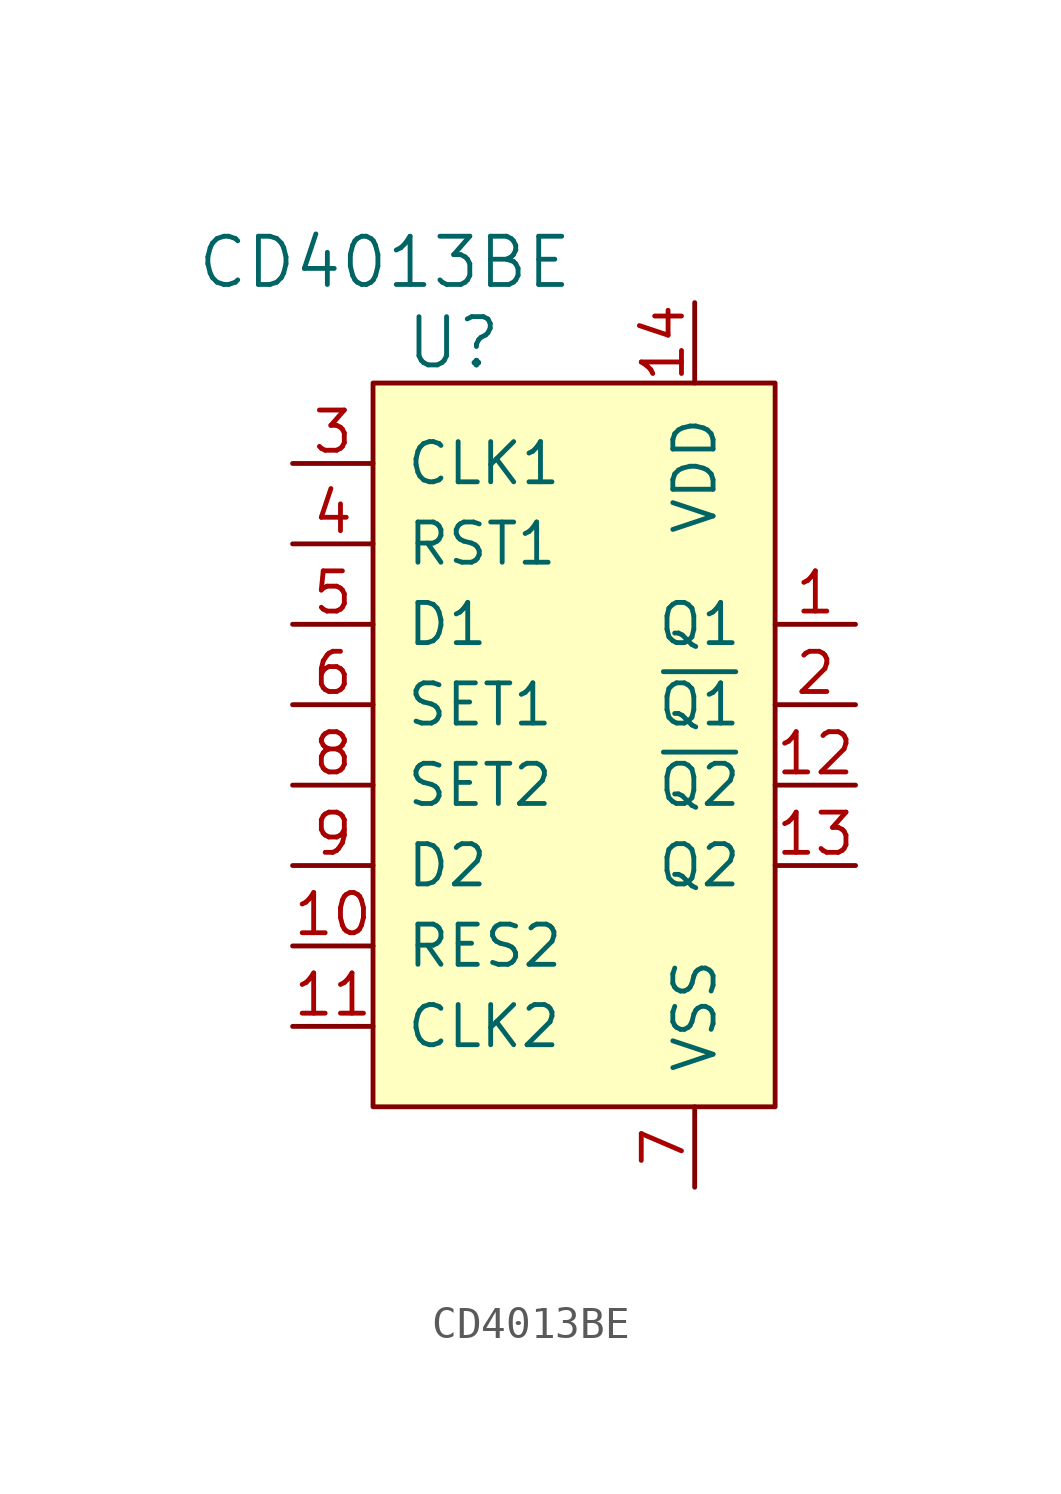
<source format=kicad_sym>
(kicad_symbol_lib
  (version 20231120)
  (generator "kicad_symbol_editor")
  (generator_version "8.0")
  (symbol "CD4013BE"
    (pin_names
      (offset 1.016))
    (property "Reference" "U"
      (at -5.08 3.81 0)
      (effects (font (size 1.524 1.524))))
    (property "Value" "CD4013BE"
      (at -1.27 6.35 0)
      (effects (font (size 1.524 1.524)) (justify right)))
    (symbol "CD4013BE_0_1"
      (rectangle (start -7.62 2.54) (end 5.08 -20.32) (stroke (width 0) (type default)) (fill (type background))))
    (symbol "CD4013BE_1_1"
      (pin output line (at 7.62 -5.08 180) (length 2.54) (name "Q1" (effects (font (size 1.27 1.27)))) (number "1" (effects (font (size 1.27 1.27)))))
      (pin input line (at -10.16 -15.24 0) (length 2.54) (name "RES2" (effects (font (size 1.27 1.27)))) (number "10" (effects (font (size 1.27 1.27)))))
      (pin input line (at -10.16 -17.78 0) (length 2.54) (name "CLK2" (effects (font (size 1.27 1.27)))) (number "11" (effects (font (size 1.27 1.27)))))
      (pin output line (at 7.62 -10.16 180) (length 2.54) (name "~{Q2}" (effects (font (size 1.27 1.27)))) (number "12" (effects (font (size 1.27 1.27)))))
      (pin output line (at 7.62 -12.7 180) (length 2.54) (name "Q2" (effects (font (size 1.27 1.27)))) (number "13" (effects (font (size 1.27 1.27)))))
      (pin power_in line (at 2.54 5.08 270) (length 2.54) (name "VDD" (effects (font (size 1.27 1.27)))) (number "14" (effects (font (size 1.27 1.27)))))
      (pin output line (at 7.62 -7.62 180) (length 2.54) (name "~{Q1}" (effects (font (size 1.27 1.27)))) (number "2" (effects (font (size 1.27 1.27)))))
      (pin input line (at -10.16 0 0) (length 2.54) (name "CLK1" (effects (font (size 1.27 1.27)))) (number "3" (effects (font (size 1.27 1.27)))))
      (pin input line (at -10.16 -2.54 0) (length 2.54) (name "RST1" (effects (font (size 1.27 1.27)))) (number "4" (effects (font (size 1.27 1.27)))))
      (pin input line (at -10.16 -5.08 0) (length 2.54) (name "D1" (effects (font (size 1.27 1.27)))) (number "5" (effects (font (size 1.27 1.27)))))
      (pin input line (at -10.16 -7.62 0) (length 2.54) (name "SET1" (effects (font (size 1.27 1.27)))) (number "6" (effects (font (size 1.27 1.27)))))
      (pin power_in line (at 2.54 -22.86 90) (length 2.54) (name "VSS" (effects (font (size 1.27 1.27)))) (number "7" (effects (font (size 1.27 1.27)))))
      (pin input line (at -10.16 -10.16 0) (length 2.54) (name "SET2" (effects (font (size 1.27 1.27)))) (number "8" (effects (font (size 1.27 1.27)))))
      (pin input line (at -10.16 -12.7 0) (length 2.54) (name "D2" (effects (font (size 1.27 1.27)))) (number "9" (effects (font (size 1.27 1.27))))))))
</source>
